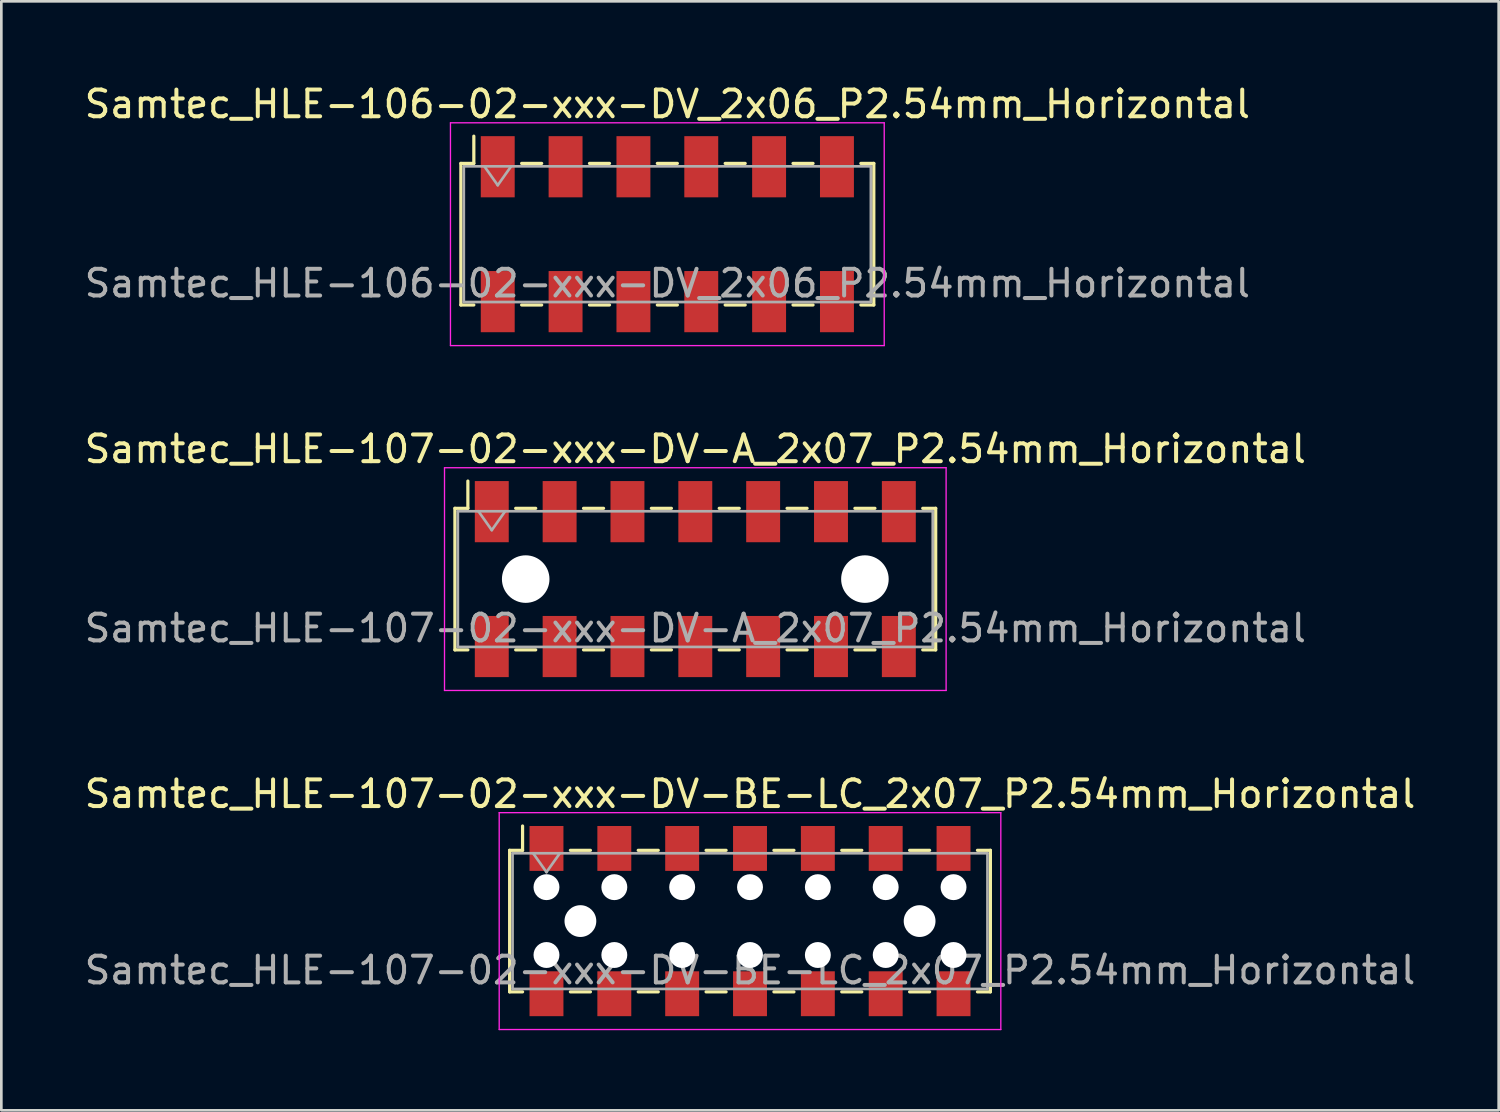
<source format=kicad_pcb>
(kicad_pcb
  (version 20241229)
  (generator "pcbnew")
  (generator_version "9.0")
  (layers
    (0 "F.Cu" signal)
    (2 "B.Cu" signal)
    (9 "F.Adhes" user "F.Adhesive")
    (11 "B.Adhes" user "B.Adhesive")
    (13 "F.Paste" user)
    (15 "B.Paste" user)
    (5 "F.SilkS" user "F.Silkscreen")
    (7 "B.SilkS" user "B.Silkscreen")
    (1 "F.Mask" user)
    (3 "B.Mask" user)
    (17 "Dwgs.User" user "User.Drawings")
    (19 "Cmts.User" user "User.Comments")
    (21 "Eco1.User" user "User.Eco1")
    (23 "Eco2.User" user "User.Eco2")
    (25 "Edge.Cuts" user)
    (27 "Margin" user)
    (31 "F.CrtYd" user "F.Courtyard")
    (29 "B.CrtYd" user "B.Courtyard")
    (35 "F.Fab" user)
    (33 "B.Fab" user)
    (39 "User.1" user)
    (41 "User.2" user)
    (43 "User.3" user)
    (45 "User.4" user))
  (footprint "Samtec_HLE-107-02-xxx-DV-BE-LC_2x07_P2.54mm_Horizontal"
    (layer "F.Cu")
    (at 25.03 31.435)
    (property "Reference" "Samtec_HLE-107-02-xxx-DV-BE-LC_2x07_P2.54mm_Horizontal" (at 0 -4.76 0) (layer "F.SilkS") (effects (font (size 1 1) (thickness 0.15))))
    (attr smd)
    (fp_line (start -9 -2.65) (end -9 2.65) (stroke (width 0.12) (type solid)) (layer "F.SilkS"))
    (fp_line (start -9 2.65) (end -8.515 2.65) (stroke (width 0.12) (type solid)) (layer "F.SilkS"))
    (fp_line (start -8.515 -3.56) (end -8.515 -2.65) (stroke (width 0.12) (type solid)) (layer "F.SilkS"))
    (fp_line (start -8.515 -2.65) (end -9 -2.65) (stroke (width 0.12) (type solid)) (layer "F.SilkS"))
    (fp_line (start -6.725 -2.65) (end -5.975 -2.65) (stroke (width 0.12) (type solid)) (layer "F.SilkS"))
    (fp_line (start -6.725 2.65) (end -5.975 2.65) (stroke (width 0.12) (type solid)) (layer "F.SilkS"))
    (fp_line (start -4.185 -2.65) (end -3.435 -2.65) (stroke (width 0.12) (type solid)) (layer "F.SilkS"))
    (fp_line (start -4.185 2.65) (end -3.435 2.65) (stroke (width 0.12) (type solid)) (layer "F.SilkS"))
    (fp_line (start -1.645 -2.65) (end -0.895 -2.65) (stroke (width 0.12) (type solid)) (layer "F.SilkS"))
    (fp_line (start -1.645 2.65) (end -0.895 2.65) (stroke (width 0.12) (type solid)) (layer "F.SilkS"))
    (fp_line (start 0.895 -2.65) (end 1.645 -2.65) (stroke (width 0.12) (type solid)) (layer "F.SilkS"))
    (fp_line (start 0.895 2.65) (end 1.645 2.65) (stroke (width 0.12) (type solid)) (layer "F.SilkS"))
    (fp_line (start 3.435 -2.65) (end 4.185 -2.65) (stroke (width 0.12) (type solid)) (layer "F.SilkS"))
    (fp_line (start 3.435 2.65) (end 4.185 2.65) (stroke (width 0.12) (type solid)) (layer "F.SilkS"))
    (fp_line (start 5.975 -2.65) (end 6.725 -2.65) (stroke (width 0.12) (type solid)) (layer "F.SilkS"))
    (fp_line (start 5.975 2.65) (end 6.725 2.65) (stroke (width 0.12) (type solid)) (layer "F.SilkS"))
    (fp_line (start 8.515 -2.65) (end 9 -2.65) (stroke (width 0.12) (type solid)) (layer "F.SilkS"))
    (fp_line (start 9 -2.65) (end 9 2.65) (stroke (width 0.12) (type solid)) (layer "F.SilkS"))
    (fp_line (start 9 2.65) (end 8.515 2.65) (stroke (width 0.12) (type solid)) (layer "F.SilkS"))
    (fp_line (start -9.39 -4.06) (end 9.39 -4.06) (stroke (width 0.05) (type solid)) (layer "F.CrtYd"))
    (fp_line (start -9.39 4.06) (end -9.39 -4.06) (stroke (width 0.05) (type solid)) (layer "F.CrtYd"))
    (fp_line (start 9.39 -4.06) (end 9.39 4.06) (stroke (width 0.05) (type solid)) (layer "F.CrtYd"))
    (fp_line (start 9.39 4.06) (end -9.39 4.06) (stroke (width 0.05) (type solid)) (layer "F.CrtYd"))
    (fp_line (start -8.89 -2.54) (end 8.89 -2.54) (stroke (width 0.1) (type solid)) (layer "F.Fab"))
    (fp_line (start -8.89 2.54) (end -8.89 -2.54) (stroke (width 0.1) (type solid)) (layer "F.Fab"))
    (fp_line (start -8.12 -2.54) (end -7.62 -1.833) (stroke (width 0.1) (type solid)) (layer "F.Fab"))
    (fp_line (start -7.62 -1.833) (end -7.12 -2.54) (stroke (width 0.1) (type solid)) (layer "F.Fab"))
    (fp_line (start 8.89 -2.54) (end 8.89 2.54) (stroke (width 0.1) (type solid)) (layer "F.Fab"))
    (fp_line (start 8.89 2.54) (end -8.89 2.54) (stroke (width 0.1) (type solid)) (layer "F.Fab"))
    (fp_text user "${REFERENCE}" (at 0 1.84 0) (layer "F.Fab") (effects (font (size 1 1) (thickness 0.15))))
    (pad "" np_thru_hole circle (at -7.62 -1.27) (size 0.97 0.97) (drill 0.97) (layers "*.Cu" "*.Mask"))
    (pad "" np_thru_hole circle (at -7.62 1.27) (size 0.97 0.97) (drill 0.97) (layers "*.Cu" "*.Mask"))
    (pad "" np_thru_hole circle (at -6.35 0) (size 1.19 1.19) (drill 1.19) (layers "*.Cu" "*.Mask"))
    (pad "" np_thru_hole circle (at -5.08 -1.27) (size 0.97 0.97) (drill 0.97) (layers "*.Cu" "*.Mask"))
    (pad "" np_thru_hole circle (at -5.08 1.27) (size 0.97 0.97) (drill 0.97) (layers "*.Cu" "*.Mask"))
    (pad "" np_thru_hole circle (at -2.54 -1.27) (size 0.97 0.97) (drill 0.97) (layers "*.Cu" "*.Mask"))
    (pad "" np_thru_hole circle (at -2.54 1.27) (size 0.97 0.97) (drill 0.97) (layers "*.Cu" "*.Mask"))
    (pad "" np_thru_hole circle (at 0 -1.27) (size 0.97 0.97) (drill 0.97) (layers "*.Cu" "*.Mask"))
    (pad "" np_thru_hole circle (at 0 1.27) (size 0.97 0.97) (drill 0.97) (layers "*.Cu" "*.Mask"))
    (pad "" np_thru_hole circle (at 2.54 -1.27) (size 0.97 0.97) (drill 0.97) (layers "*.Cu" "*.Mask"))
    (pad "" np_thru_hole circle (at 2.54 1.27) (size 0.97 0.97) (drill 0.97) (layers "*.Cu" "*.Mask"))
    (pad "" np_thru_hole circle (at 5.08 -1.27) (size 0.97 0.97) (drill 0.97) (layers "*.Cu" "*.Mask"))
    (pad "" np_thru_hole circle (at 5.08 1.27) (size 0.97 0.97) (drill 0.97) (layers "*.Cu" "*.Mask"))
    (pad "" np_thru_hole circle (at 6.35 0) (size 1.19 1.19) (drill 1.19) (layers "*.Cu" "*.Mask"))
    (pad "" np_thru_hole circle (at 7.62 -1.27) (size 0.97 0.97) (drill 0.97) (layers "*.Cu" "*.Mask"))
    (pad "" np_thru_hole circle (at 7.62 1.27) (size 0.97 0.97) (drill 0.97) (layers "*.Cu" "*.Mask"))
    (pad "1" smd rect (at -7.62 -2.72) (size 1.27 1.68) (layers "F.Cu" "F.Mask" "F.Paste"))
    (pad "2" smd rect (at -7.62 2.72) (size 1.27 1.68) (layers "F.Cu" "F.Mask" "F.Paste"))
    (pad "3" smd rect (at -5.08 -2.72) (size 1.27 1.68) (layers "F.Cu" "F.Mask" "F.Paste"))
    (pad "4" smd rect (at -5.08 2.72) (size 1.27 1.68) (layers "F.Cu" "F.Mask" "F.Paste"))
    (pad "5" smd rect (at -2.54 -2.72) (size 1.27 1.68) (layers "F.Cu" "F.Mask" "F.Paste"))
    (pad "6" smd rect (at -2.54 2.72) (size 1.27 1.68) (layers "F.Cu" "F.Mask" "F.Paste"))
    (pad "7" smd rect (at 0 -2.72) (size 1.27 1.68) (layers "F.Cu" "F.Mask" "F.Paste"))
    (pad "8" smd rect (at 0 2.72) (size 1.27 1.68) (layers "F.Cu" "F.Mask" "F.Paste"))
    (pad "9" smd rect (at 2.54 -2.72) (size 1.27 1.68) (layers "F.Cu" "F.Mask" "F.Paste"))
    (pad "10" smd rect (at 2.54 2.72) (size 1.27 1.68) (layers "F.Cu" "F.Mask" "F.Paste"))
    (pad "11" smd rect (at 5.08 -2.72) (size 1.27 1.68) (layers "F.Cu" "F.Mask" "F.Paste"))
    (pad "12" smd rect (at 5.08 2.72) (size 1.27 1.68) (layers "F.Cu" "F.Mask" "F.Paste"))
    (pad "13" smd rect (at 7.62 -2.72) (size 1.27 1.68) (layers "F.Cu" "F.Mask" "F.Paste"))
    (pad "14" smd rect (at 7.62 2.72) (size 1.27 1.68) (layers "F.Cu" "F.Mask" "F.Paste")))
  (footprint "Samtec_HLE-107-02-xxx-DV-A_2x07_P2.54mm_Horizontal"
    (layer "F.Cu")
    (at 22.982 18.631)
    (property "Reference" "Samtec_HLE-107-02-xxx-DV-A_2x07_P2.54mm_Horizontal" (at 0 -4.87 0) (layer "F.SilkS") (effects (font (size 1 1) (thickness 0.15))))
    (attr smd)
    (fp_line (start -9 -2.65) (end -9 2.65) (stroke (width 0.12) (type solid)) (layer "F.SilkS"))
    (fp_line (start -9 2.65) (end -8.515 2.65) (stroke (width 0.12) (type solid)) (layer "F.SilkS"))
    (fp_line (start -8.515 -3.67) (end -8.515 -2.65) (stroke (width 0.12) (type solid)) (layer "F.SilkS"))
    (fp_line (start -8.515 -2.65) (end -9 -2.65) (stroke (width 0.12) (type solid)) (layer "F.SilkS"))
    (fp_line (start -6.725 -2.65) (end -5.975 -2.65) (stroke (width 0.12) (type solid)) (layer "F.SilkS"))
    (fp_line (start -6.725 2.65) (end -5.975 2.65) (stroke (width 0.12) (type solid)) (layer "F.SilkS"))
    (fp_line (start -4.185 -2.65) (end -3.435 -2.65) (stroke (width 0.12) (type solid)) (layer "F.SilkS"))
    (fp_line (start -4.185 2.65) (end -3.435 2.65) (stroke (width 0.12) (type solid)) (layer "F.SilkS"))
    (fp_line (start -1.645 -2.65) (end -0.895 -2.65) (stroke (width 0.12) (type solid)) (layer "F.SilkS"))
    (fp_line (start -1.645 2.65) (end -0.895 2.65) (stroke (width 0.12) (type solid)) (layer "F.SilkS"))
    (fp_line (start 0.895 -2.65) (end 1.645 -2.65) (stroke (width 0.12) (type solid)) (layer "F.SilkS"))
    (fp_line (start 0.895 2.65) (end 1.645 2.65) (stroke (width 0.12) (type solid)) (layer "F.SilkS"))
    (fp_line (start 3.435 -2.65) (end 4.185 -2.65) (stroke (width 0.12) (type solid)) (layer "F.SilkS"))
    (fp_line (start 3.435 2.65) (end 4.185 2.65) (stroke (width 0.12) (type solid)) (layer "F.SilkS"))
    (fp_line (start 5.975 -2.65) (end 6.725 -2.65) (stroke (width 0.12) (type solid)) (layer "F.SilkS"))
    (fp_line (start 5.975 2.65) (end 6.725 2.65) (stroke (width 0.12) (type solid)) (layer "F.SilkS"))
    (fp_line (start 8.515 -2.65) (end 9 -2.65) (stroke (width 0.12) (type solid)) (layer "F.SilkS"))
    (fp_line (start 9 -2.65) (end 9 2.65) (stroke (width 0.12) (type solid)) (layer "F.SilkS"))
    (fp_line (start 9 2.65) (end 8.515 2.65) (stroke (width 0.12) (type solid)) (layer "F.SilkS"))
    (fp_line (start -9.39 -4.17) (end 9.39 -4.17) (stroke (width 0.05) (type solid)) (layer "F.CrtYd"))
    (fp_line (start -9.39 4.17) (end -9.39 -4.17) (stroke (width 0.05) (type solid)) (layer "F.CrtYd"))
    (fp_line (start 9.39 -4.17) (end 9.39 4.17) (stroke (width 0.05) (type solid)) (layer "F.CrtYd"))
    (fp_line (start 9.39 4.17) (end -9.39 4.17) (stroke (width 0.05) (type solid)) (layer "F.CrtYd"))
    (fp_line (start -8.89 -2.54) (end 8.89 -2.54) (stroke (width 0.1) (type solid)) (layer "F.Fab"))
    (fp_line (start -8.89 2.54) (end -8.89 -2.54) (stroke (width 0.1) (type solid)) (layer "F.Fab"))
    (fp_line (start -8.12 -2.54) (end -7.62 -1.833) (stroke (width 0.1) (type solid)) (layer "F.Fab"))
    (fp_line (start -7.62 -1.833) (end -7.12 -2.54) (stroke (width 0.1) (type solid)) (layer "F.Fab"))
    (fp_line (start 8.89 -2.54) (end 8.89 2.54) (stroke (width 0.1) (type solid)) (layer "F.Fab"))
    (fp_line (start 8.89 2.54) (end -8.89 2.54) (stroke (width 0.1) (type solid)) (layer "F.Fab"))
    (fp_text user "${REFERENCE}" (at 0 1.84 0) (layer "F.Fab") (effects (font (size 1 1) (thickness 0.15))))
    (pad "" np_thru_hole circle (at -6.35 0) (size 1.78 1.78) (drill 1.78) (layers "*.Cu" "*.Mask"))
    (pad "" np_thru_hole circle (at 6.35 0) (size 1.78 1.78) (drill 1.78) (layers "*.Cu" "*.Mask"))
    (pad "1" smd rect (at -7.62 -2.525) (size 1.27 2.29) (layers "F.Cu" "F.Mask" "F.Paste"))
    (pad "2" smd rect (at -7.62 2.525) (size 1.27 2.29) (layers "F.Cu" "F.Mask" "F.Paste"))
    (pad "3" smd rect (at -5.08 -2.525) (size 1.27 2.29) (layers "F.Cu" "F.Mask" "F.Paste"))
    (pad "4" smd rect (at -5.08 2.525) (size 1.27 2.29) (layers "F.Cu" "F.Mask" "F.Paste"))
    (pad "5" smd rect (at -2.54 -2.525) (size 1.27 2.29) (layers "F.Cu" "F.Mask" "F.Paste"))
    (pad "6" smd rect (at -2.54 2.525) (size 1.27 2.29) (layers "F.Cu" "F.Mask" "F.Paste"))
    (pad "7" smd rect (at 0 -2.525) (size 1.27 2.29) (layers "F.Cu" "F.Mask" "F.Paste"))
    (pad "8" smd rect (at 0 2.525) (size 1.27 2.29) (layers "F.Cu" "F.Mask" "F.Paste"))
    (pad "9" smd rect (at 2.54 -2.525) (size 1.27 2.29) (layers "F.Cu" "F.Mask" "F.Paste"))
    (pad "10" smd rect (at 2.54 2.525) (size 1.27 2.29) (layers "F.Cu" "F.Mask" "F.Paste"))
    (pad "11" smd rect (at 5.08 -2.525) (size 1.27 2.29) (layers "F.Cu" "F.Mask" "F.Paste"))
    (pad "12" smd rect (at 5.08 2.525) (size 1.27 2.29) (layers "F.Cu" "F.Mask" "F.Paste"))
    (pad "13" smd rect (at 7.62 -2.525) (size 1.27 2.29) (layers "F.Cu" "F.Mask" "F.Paste"))
    (pad "14" smd rect (at 7.62 2.525) (size 1.27 2.29) (layers "F.Cu" "F.Mask" "F.Paste")))
  (footprint "Samtec_HLE-106-02-xxx-DV_2x06_P2.54mm_Horizontal"
    (layer "F.Cu")
    (at 21.935 5.718)
    (property "Reference" "Samtec_HLE-106-02-xxx-DV_2x06_P2.54mm_Horizontal" (at 0 -4.87 0) (layer "F.SilkS") (effects (font (size 1 1) (thickness 0.15))))
    (attr smd)
    (fp_line (start -7.73 -2.65) (end -7.73 2.65) (stroke (width 0.12) (type solid)) (layer "F.SilkS"))
    (fp_line (start -7.73 2.65) (end -7.245 2.65) (stroke (width 0.12) (type solid)) (layer "F.SilkS"))
    (fp_line (start -7.245 -3.67) (end -7.245 -2.65) (stroke (width 0.12) (type solid)) (layer "F.SilkS"))
    (fp_line (start -7.245 -2.65) (end -7.73 -2.65) (stroke (width 0.12) (type solid)) (layer "F.SilkS"))
    (fp_line (start -5.455 -2.65) (end -4.705 -2.65) (stroke (width 0.12) (type solid)) (layer "F.SilkS"))
    (fp_line (start -5.455 2.65) (end -4.705 2.65) (stroke (width 0.12) (type solid)) (layer "F.SilkS"))
    (fp_line (start -2.915 -2.65) (end -2.165 -2.65) (stroke (width 0.12) (type solid)) (layer "F.SilkS"))
    (fp_line (start -2.915 2.65) (end -2.165 2.65) (stroke (width 0.12) (type solid)) (layer "F.SilkS"))
    (fp_line (start -0.375 -2.65) (end 0.375 -2.65) (stroke (width 0.12) (type solid)) (layer "F.SilkS"))
    (fp_line (start -0.375 2.65) (end 0.375 2.65) (stroke (width 0.12) (type solid)) (layer "F.SilkS"))
    (fp_line (start 2.165 -2.65) (end 2.915 -2.65) (stroke (width 0.12) (type solid)) (layer "F.SilkS"))
    (fp_line (start 2.165 2.65) (end 2.915 2.65) (stroke (width 0.12) (type solid)) (layer "F.SilkS"))
    (fp_line (start 4.705 -2.65) (end 5.455 -2.65) (stroke (width 0.12) (type solid)) (layer "F.SilkS"))
    (fp_line (start 4.705 2.65) (end 5.455 2.65) (stroke (width 0.12) (type solid)) (layer "F.SilkS"))
    (fp_line (start 7.245 -2.65) (end 7.73 -2.65) (stroke (width 0.12) (type solid)) (layer "F.SilkS"))
    (fp_line (start 7.73 -2.65) (end 7.73 2.65) (stroke (width 0.12) (type solid)) (layer "F.SilkS"))
    (fp_line (start 7.73 2.65) (end 7.245 2.65) (stroke (width 0.12) (type solid)) (layer "F.SilkS"))
    (fp_line (start -8.12 -4.17) (end 8.12 -4.17) (stroke (width 0.05) (type solid)) (layer "F.CrtYd"))
    (fp_line (start -8.12 4.17) (end -8.12 -4.17) (stroke (width 0.05) (type solid)) (layer "F.CrtYd"))
    (fp_line (start 8.12 -4.17) (end 8.12 4.17) (stroke (width 0.05) (type solid)) (layer "F.CrtYd"))
    (fp_line (start 8.12 4.17) (end -8.12 4.17) (stroke (width 0.05) (type solid)) (layer "F.CrtYd"))
    (fp_line (start -7.62 -2.54) (end 7.62 -2.54) (stroke (width 0.1) (type solid)) (layer "F.Fab"))
    (fp_line (start -7.62 2.54) (end -7.62 -2.54) (stroke (width 0.1) (type solid)) (layer "F.Fab"))
    (fp_line (start -6.85 -2.54) (end -6.35 -1.833) (stroke (width 0.1) (type solid)) (layer "F.Fab"))
    (fp_line (start -6.35 -1.833) (end -5.85 -2.54) (stroke (width 0.1) (type solid)) (layer "F.Fab"))
    (fp_line (start 7.62 -2.54) (end 7.62 2.54) (stroke (width 0.1) (type solid)) (layer "F.Fab"))
    (fp_line (start 7.62 2.54) (end -7.62 2.54) (stroke (width 0.1) (type solid)) (layer "F.Fab"))
    (fp_text user "${REFERENCE}" (at 0 1.84 0) (layer "F.Fab") (effects (font (size 1 1) (thickness 0.15))))
    (pad "1" smd rect (at -6.35 -2.525) (size 1.27 2.29) (layers "F.Cu" "F.Mask" "F.Paste"))
    (pad "2" smd rect (at -6.35 2.525) (size 1.27 2.29) (layers "F.Cu" "F.Mask" "F.Paste"))
    (pad "3" smd rect (at -3.81 -2.525) (size 1.27 2.29) (layers "F.Cu" "F.Mask" "F.Paste"))
    (pad "4" smd rect (at -3.81 2.525) (size 1.27 2.29) (layers "F.Cu" "F.Mask" "F.Paste"))
    (pad "5" smd rect (at -1.27 -2.525) (size 1.27 2.29) (layers "F.Cu" "F.Mask" "F.Paste"))
    (pad "6" smd rect (at -1.27 2.525) (size 1.27 2.29) (layers "F.Cu" "F.Mask" "F.Paste"))
    (pad "7" smd rect (at 1.27 -2.525) (size 1.27 2.29) (layers "F.Cu" "F.Mask" "F.Paste"))
    (pad "8" smd rect (at 1.27 2.525) (size 1.27 2.29) (layers "F.Cu" "F.Mask" "F.Paste"))
    (pad "9" smd rect (at 3.81 -2.525) (size 1.27 2.29) (layers "F.Cu" "F.Mask" "F.Paste"))
    (pad "10" smd rect (at 3.81 2.525) (size 1.27 2.29) (layers "F.Cu" "F.Mask" "F.Paste"))
    (pad "11" smd rect (at 6.35 -2.525) (size 1.27 2.29) (layers "F.Cu" "F.Mask" "F.Paste"))
    (pad "12" smd rect (at 6.35 2.525) (size 1.27 2.29) (layers "F.Cu" "F.Mask" "F.Paste")))
  (gr_rect
    (start -3 -3)
    (end 53.06 38.52)
    (stroke (width 0.1) (type default))
    (fill no)
    (layer "Edge.Cuts")))
</source>
